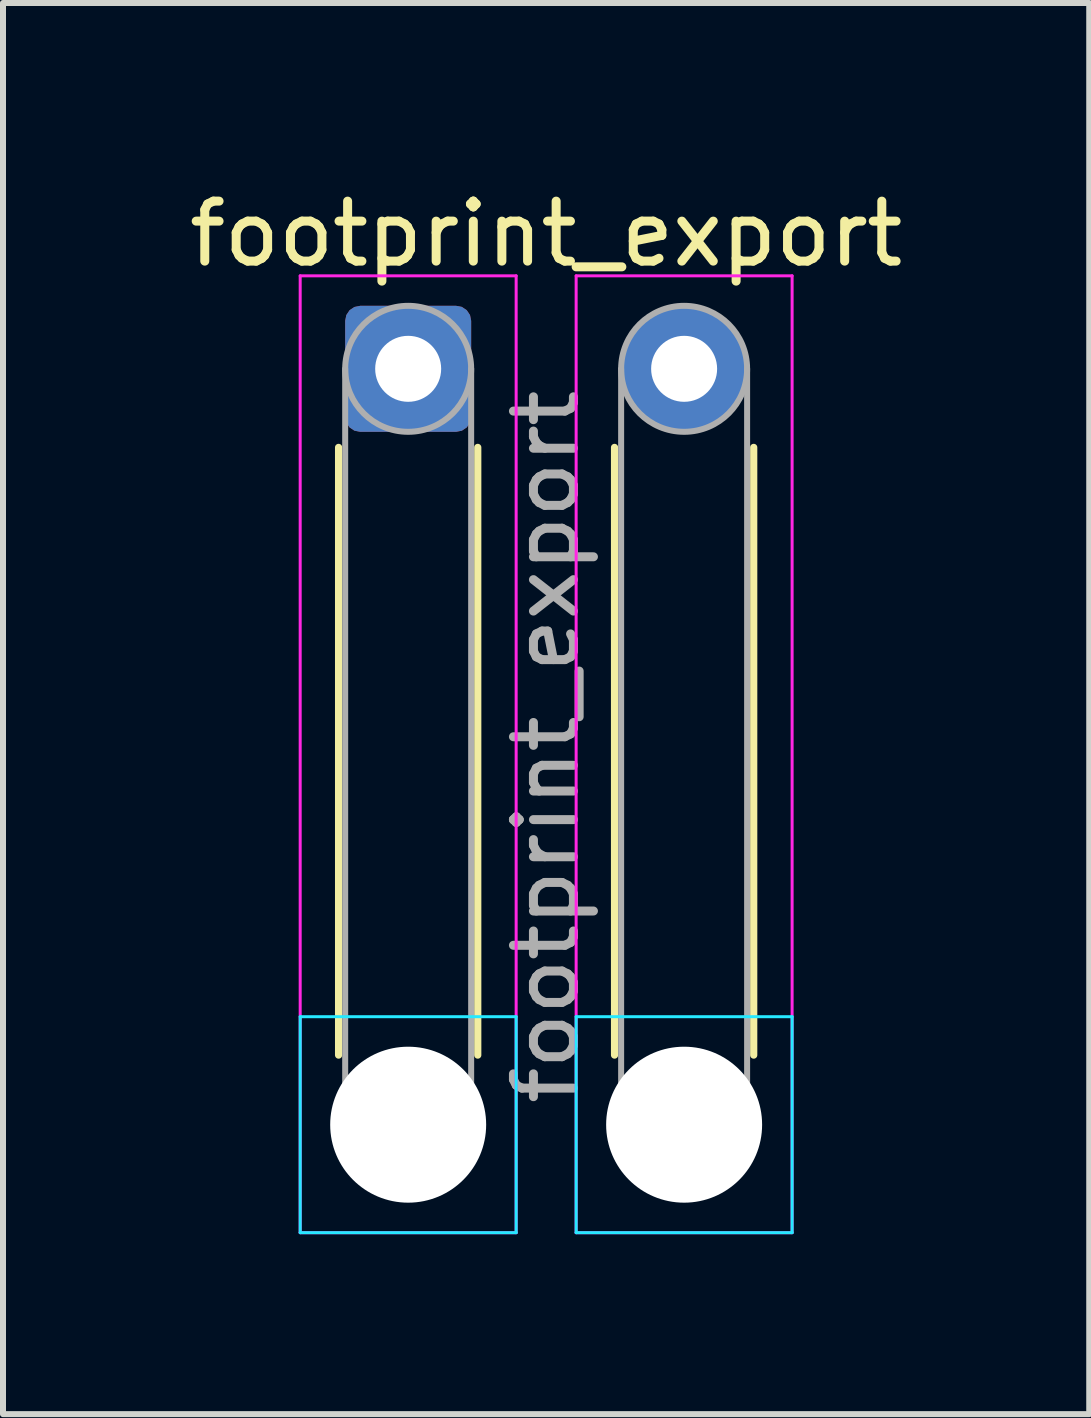
<source format=kicad_pcb>
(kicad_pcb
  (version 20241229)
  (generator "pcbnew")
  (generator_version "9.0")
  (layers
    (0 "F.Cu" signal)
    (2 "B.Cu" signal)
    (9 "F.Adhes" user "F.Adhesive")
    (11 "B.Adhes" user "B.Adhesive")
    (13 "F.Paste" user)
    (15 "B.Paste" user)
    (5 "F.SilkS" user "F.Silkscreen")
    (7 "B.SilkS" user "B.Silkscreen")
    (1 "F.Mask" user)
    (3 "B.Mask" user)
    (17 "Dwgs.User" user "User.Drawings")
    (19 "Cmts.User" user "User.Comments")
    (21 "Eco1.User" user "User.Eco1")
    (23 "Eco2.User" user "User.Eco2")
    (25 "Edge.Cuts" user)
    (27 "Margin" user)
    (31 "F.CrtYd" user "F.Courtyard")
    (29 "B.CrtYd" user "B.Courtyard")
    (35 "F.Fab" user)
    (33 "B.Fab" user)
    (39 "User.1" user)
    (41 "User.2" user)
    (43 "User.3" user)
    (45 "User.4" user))
  (footprint "footprint_export"
    (layer "F.Cu")
    (at 3.754 3.098)
    (property "Reference" "footprint_export" (at 2.3 -2.25 0) (layer "F.SilkS") (effects (font (size 1 1) (thickness 0.15))))
    (attr exclude_from_pos_files exclude_from_bom)
    (fp_line (start -1.16 1.31) (end -1.16 11.44) (stroke (width 0.12) (type solid)) (layer "F.SilkS"))
    (fp_line (start 1.16 1.31) (end 1.16 11.44) (stroke (width 0.12) (type solid)) (layer "F.SilkS"))
    (fp_line (start 3.44 1.31) (end 3.44 11.44) (stroke (width 0.12) (type solid)) (layer "F.SilkS"))
    (fp_line (start 5.76 1.31) (end 5.76 11.44) (stroke (width 0.12) (type solid)) (layer "F.SilkS"))
    (fp_line (start -1.8 10.8) (end -1.8 14.4) (stroke (width 0.05) (type solid)) (layer "B.CrtYd"))
    (fp_line (start -1.8 14.4) (end 1.8 14.4) (stroke (width 0.05) (type solid)) (layer "B.CrtYd"))
    (fp_line (start 1.8 10.8) (end -1.8 10.8) (stroke (width 0.05) (type solid)) (layer "B.CrtYd"))
    (fp_line (start 1.8 14.4) (end 1.8 10.8) (stroke (width 0.05) (type solid)) (layer "B.CrtYd"))
    (fp_line (start 2.8 10.8) (end 2.8 14.4) (stroke (width 0.05) (type solid)) (layer "B.CrtYd"))
    (fp_line (start 2.8 14.4) (end 6.4 14.4) (stroke (width 0.05) (type solid)) (layer "B.CrtYd"))
    (fp_line (start 6.4 10.8) (end 2.8 10.8) (stroke (width 0.05) (type solid)) (layer "B.CrtYd"))
    (fp_line (start 6.4 14.4) (end 6.4 10.8) (stroke (width 0.05) (type solid)) (layer "B.CrtYd"))
    (fp_line (start -1.8 -1.55) (end -1.8 14.4) (stroke (width 0.05) (type solid)) (layer "F.CrtYd"))
    (fp_line (start -1.8 14.4) (end 1.8 14.4) (stroke (width 0.05) (type solid)) (layer "F.CrtYd"))
    (fp_line (start 1.8 -1.55) (end -1.8 -1.55) (stroke (width 0.05) (type solid)) (layer "F.CrtYd"))
    (fp_line (start 1.8 14.4) (end 1.8 -1.55) (stroke (width 0.05) (type solid)) (layer "F.CrtYd"))
    (fp_line (start 2.8 -1.55) (end 2.8 14.4) (stroke (width 0.05) (type solid)) (layer "F.CrtYd"))
    (fp_line (start 2.8 14.4) (end 6.4 14.4) (stroke (width 0.05) (type solid)) (layer "F.CrtYd"))
    (fp_line (start 6.4 -1.55) (end 2.8 -1.55) (stroke (width 0.05) (type solid)) (layer "F.CrtYd"))
    (fp_line (start 6.4 14.4) (end 6.4 -1.55) (stroke (width 0.05) (type solid)) (layer "F.CrtYd"))
    (fp_line (start -1.05 0) (end -1.05 12.6) (stroke (width 0.1) (type solid)) (layer "F.Fab"))
    (fp_line (start 1.05 0) (end 1.05 12.6) (stroke (width 0.1) (type solid)) (layer "F.Fab"))
    (fp_line (start 3.55 0) (end 3.55 12.6) (stroke (width 0.1) (type solid)) (layer "F.Fab"))
    (fp_line (start 5.65 0) (end 5.65 12.6) (stroke (width 0.1) (type solid)) (layer "F.Fab"))
    (fp_circle (center 0 0) (end 1.05 0) (stroke (width 0.1) (type solid)) (fill no) (layer "F.Fab"))
    (fp_circle (center 0 12.6) (end 1.05 12.6) (stroke (width 0.1) (type solid)) (fill no) (layer "F.Fab"))
    (fp_circle (center 4.6 0) (end 5.65 0) (stroke (width 0.1) (type solid)) (fill no) (layer "F.Fab"))
    (fp_circle (center 4.6 12.6) (end 5.65 12.6) (stroke (width 0.1) (type solid)) (fill no) (layer "F.Fab"))
    (fp_text user "${REFERENCE}" (at 2.3 6.3 90) (layer "F.Fab") (effects (font (size 1 1) (thickness 0.15))))
    (pad "" np_thru_hole circle (at 0 12.6) (size 2.6 2.6) (drill 2.6) (layers "*.Cu" "*.Mask"))
    (pad "" np_thru_hole circle (at 4.6 12.6) (size 2.6 2.6) (drill 2.6) (layers "*.Cu" "*.Mask"))
    (pad "1" thru_hole roundrect (at 0 0) (size 2.1 2.1) (drill 1.1) (layers "*.Cu" "*.Mask") (roundrect_rratio 0.119))
    (pad "2" thru_hole circle (at 4.6 0) (size 2.1 2.1) (drill 1.1) (layers "*.Cu" "*.Mask")))
  (gr_rect
    (start -3 -3)
    (end 15.107 20.523)
    (stroke (width 0.1) (type default))
    (fill no)
    (layer "Edge.Cuts")))
</source>
